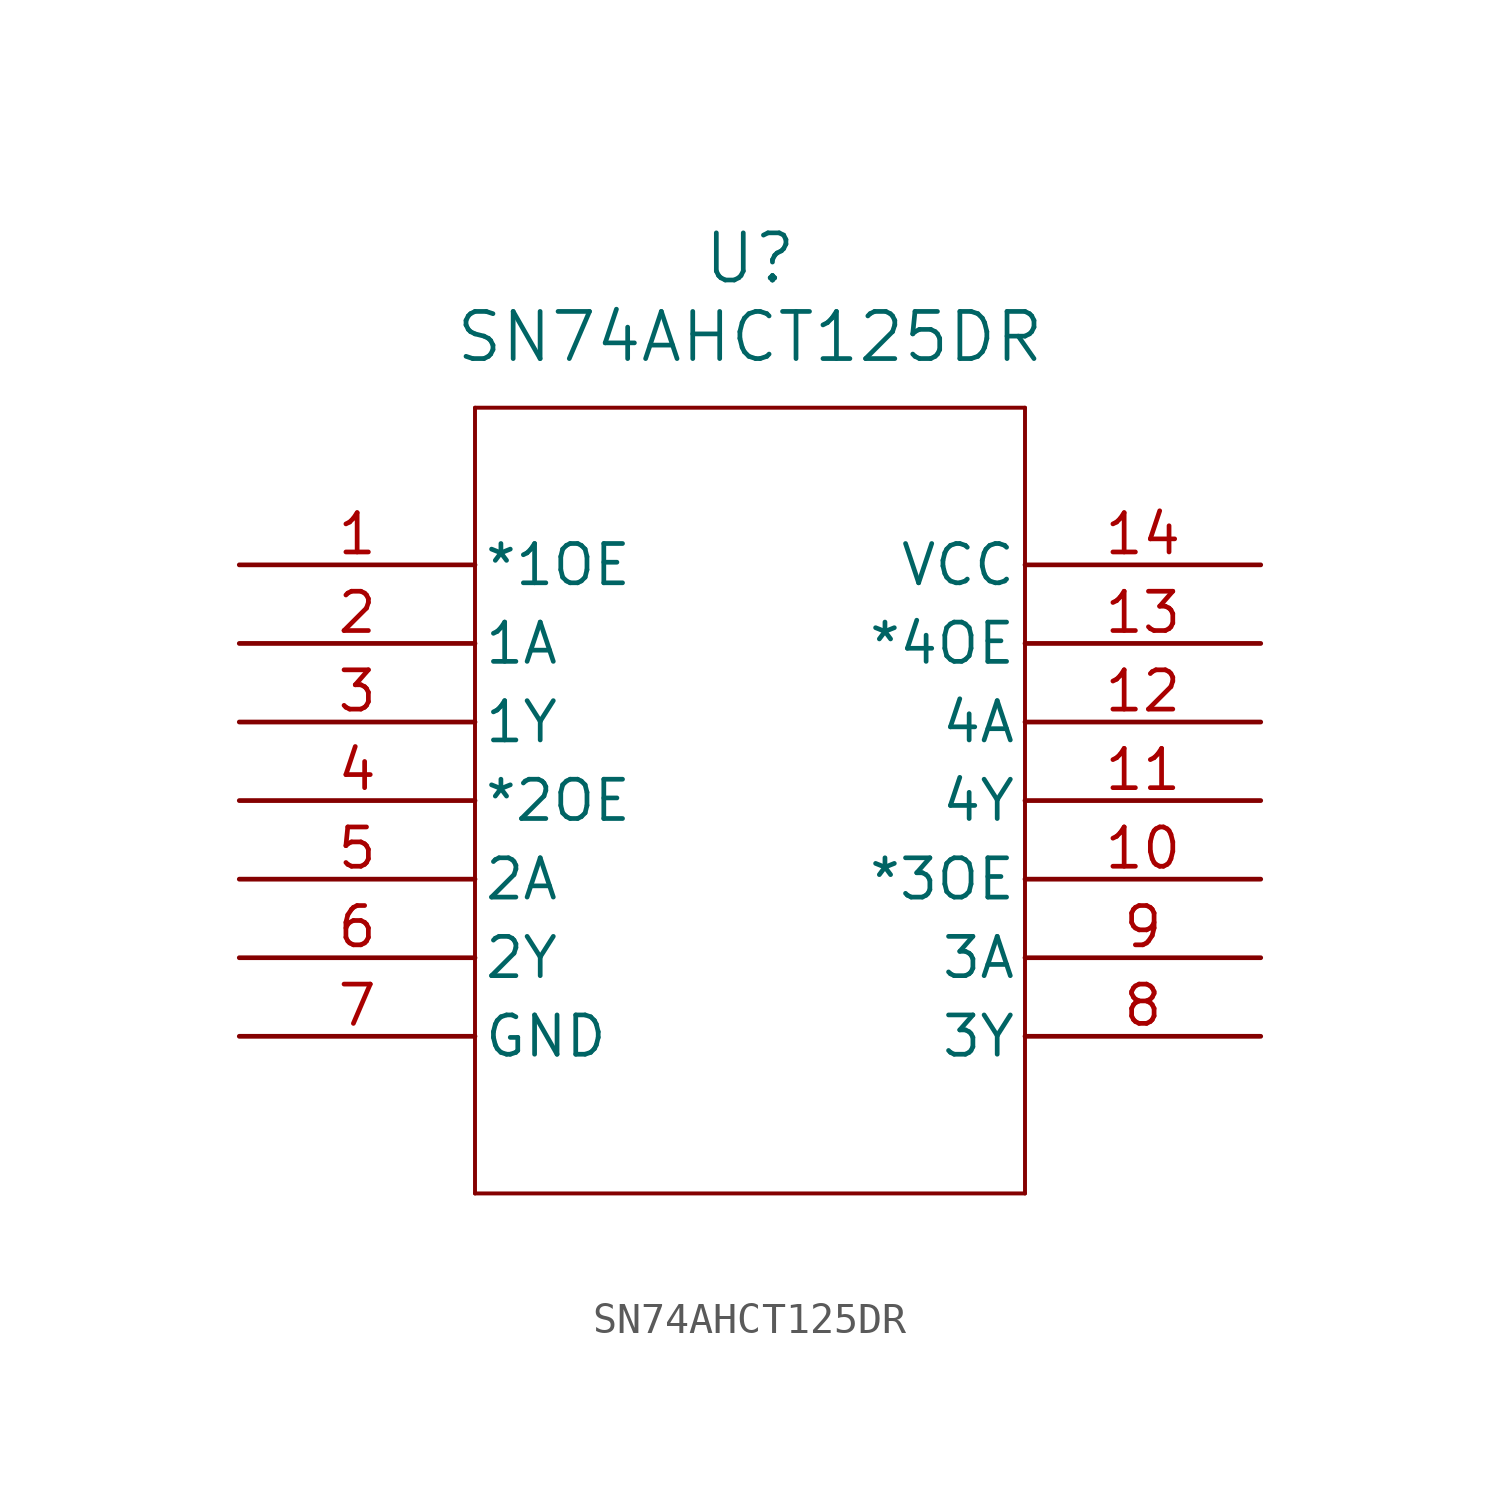
<source format=kicad_sym>
(kicad_symbol_lib
  (version 20231120)
  (generator "kicad_symbol_editor")
  (generator_version "8.0")
  (symbol "SN74AHCT125DR"
    (pin_names
      (offset 0.254))
    (property "Reference" "U"
      (at 16.51 9.906 0)
      (effects (font (size 1.524 1.524))))
    (property "Value" "SN74AHCT125DR"
      (at 16.51 7.366 0)
      (effects (font (size 1.524 1.524))))
    (property "ki_locked" ""
      (at 0 0 0)
      (effects (font (size 1.27 1.27))))
    (symbol "SN74AHCT125DR_0_1"
      (polyline (pts (xy 7.62 -20.32) (xy 25.4 -20.32)) (stroke (width 0.127) (type default)) (fill (type none)))
      (polyline (pts (xy 7.62 5.08) (xy 7.62 -20.32)) (stroke (width 0.127) (type default)) (fill (type none)))
      (polyline (pts (xy 25.4 -20.32) (xy 25.4 5.08)) (stroke (width 0.127) (type default)) (fill (type none)))
      (polyline (pts (xy 25.4 5.08) (xy 7.62 5.08)) (stroke (width 0.127) (type default)) (fill (type none)))
      (pin input line (at 0 0 0) (length 7.62) (name "*1OE" (effects (font (size 1.27 1.27)))) (number "1" (effects (font (size 1.27 1.27)))))
      (pin input line (at 33.02 -10.16 180) (length 7.62) (name "*3OE" (effects (font (size 1.27 1.27)))) (number "10" (effects (font (size 1.27 1.27)))))
      (pin output line (at 33.02 -7.62 180) (length 7.62) (name "4Y" (effects (font (size 1.27 1.27)))) (number "11" (effects (font (size 1.27 1.27)))))
      (pin input line (at 33.02 -5.08 180) (length 7.62) (name "4A" (effects (font (size 1.27 1.27)))) (number "12" (effects (font (size 1.27 1.27)))))
      (pin input line (at 33.02 -2.54 180) (length 7.62) (name "*4OE" (effects (font (size 1.27 1.27)))) (number "13" (effects (font (size 1.27 1.27)))))
      (pin power_in line (at 33.02 0 180) (length 7.62) (name "VCC" (effects (font (size 1.27 1.27)))) (number "14" (effects (font (size 1.27 1.27)))))
      (pin input line (at 0 -2.54 0) (length 7.62) (name "1A" (effects (font (size 1.27 1.27)))) (number "2" (effects (font (size 1.27 1.27)))))
      (pin output line (at 0 -5.08 0) (length 7.62) (name "1Y" (effects (font (size 1.27 1.27)))) (number "3" (effects (font (size 1.27 1.27)))))
      (pin input line (at 0 -7.62 0) (length 7.62) (name "*2OE" (effects (font (size 1.27 1.27)))) (number "4" (effects (font (size 1.27 1.27)))))
      (pin input line (at 0 -10.16 0) (length 7.62) (name "2A" (effects (font (size 1.27 1.27)))) (number "5" (effects (font (size 1.27 1.27)))))
      (pin output line (at 0 -12.7 0) (length 7.62) (name "2Y" (effects (font (size 1.27 1.27)))) (number "6" (effects (font (size 1.27 1.27)))))
      (pin power_in line (at 0 -15.24 0) (length 7.62) (name "GND" (effects (font (size 1.27 1.27)))) (number "7" (effects (font (size 1.27 1.27)))))
      (pin output line (at 33.02 -15.24 180) (length 7.62) (name "3Y" (effects (font (size 1.27 1.27)))) (number "8" (effects (font (size 1.27 1.27)))))
      (pin input line (at 33.02 -12.7 180) (length 7.62) (name "3A" (effects (font (size 1.27 1.27)))) (number "9" (effects (font (size 1.27 1.27))))))))
</source>
